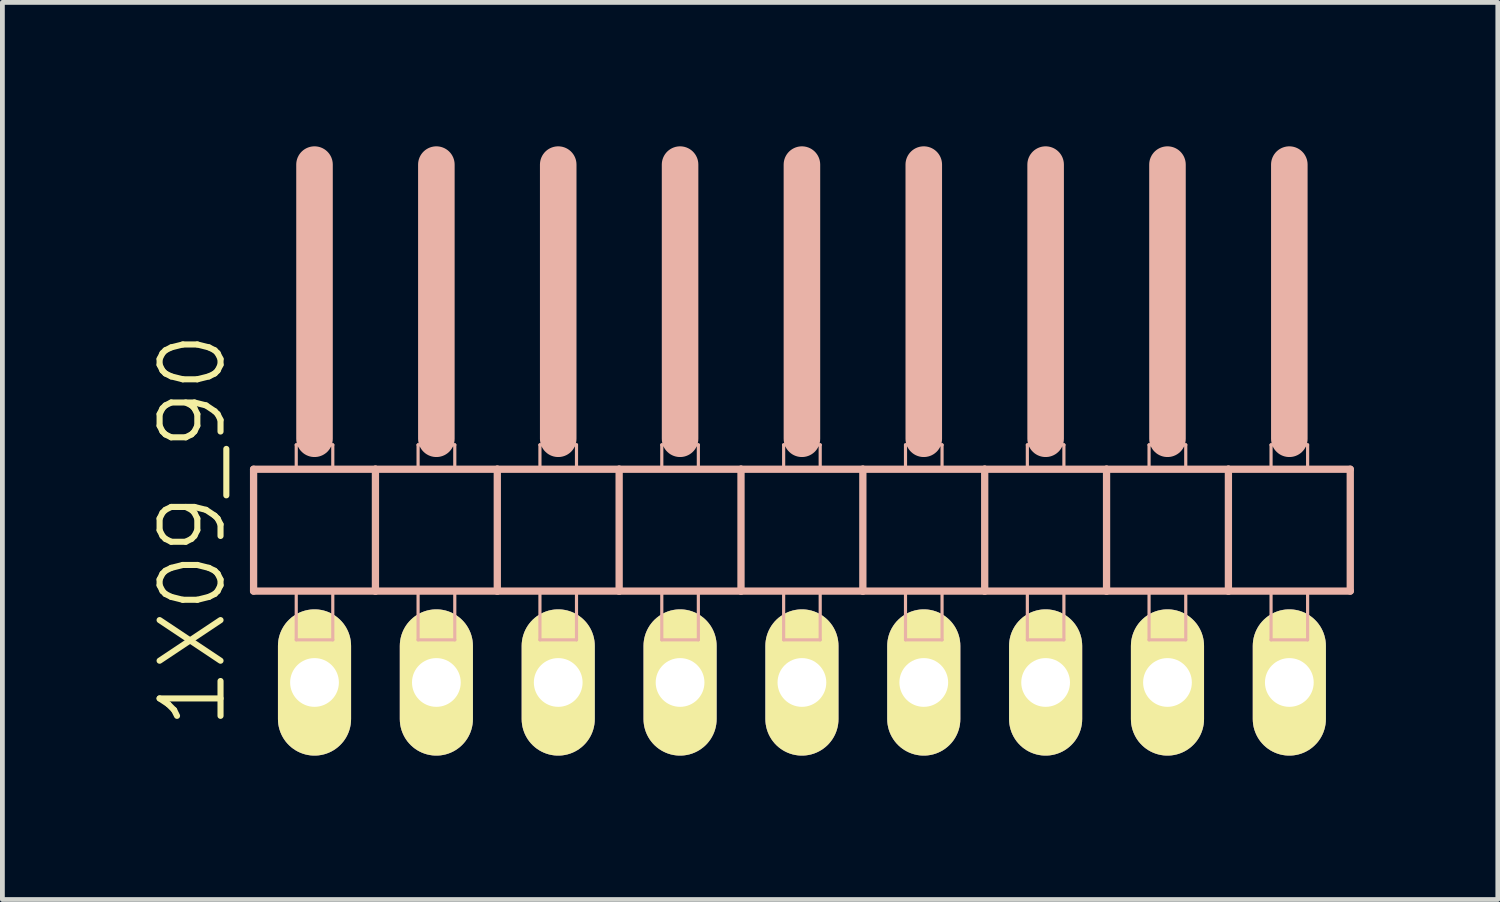
<source format=kicad_pcb>
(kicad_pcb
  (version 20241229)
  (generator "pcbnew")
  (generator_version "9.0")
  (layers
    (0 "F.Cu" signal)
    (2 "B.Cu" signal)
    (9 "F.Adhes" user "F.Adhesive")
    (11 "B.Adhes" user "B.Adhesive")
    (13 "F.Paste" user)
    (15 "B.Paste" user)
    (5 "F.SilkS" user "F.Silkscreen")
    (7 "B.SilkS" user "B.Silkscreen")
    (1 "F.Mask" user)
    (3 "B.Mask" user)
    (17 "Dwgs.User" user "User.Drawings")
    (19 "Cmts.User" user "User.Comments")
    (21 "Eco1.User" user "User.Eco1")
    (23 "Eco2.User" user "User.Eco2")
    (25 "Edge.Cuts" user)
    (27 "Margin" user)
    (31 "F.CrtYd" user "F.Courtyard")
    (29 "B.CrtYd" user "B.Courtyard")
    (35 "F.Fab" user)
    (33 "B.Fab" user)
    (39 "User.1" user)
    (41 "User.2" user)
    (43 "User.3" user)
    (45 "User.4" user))
  (footprint "1X09_90"
    (layer "F.Cu")
    (at 13.666 7.366)
    (property "Reference" "1X09_90" (at -12.7 0.635 90) (layer "F.SilkS") (effects (font (size 1.27 1.27) (thickness 0.127))))
    (attr exclude_from_pos_files exclude_from_bom)
    (fp_line (start -11.43 -0.635) (end -11.43 1.905) (stroke (width 0.152) (type solid)) (layer "B.SilkS"))
    (fp_line (start -11.43 1.905) (end -8.89 1.905) (stroke (width 0.152) (type solid)) (layer "B.SilkS"))
    (fp_line (start -10.541 -1.143) (end -9.779 -1.143) (stroke (width 0.066) (type solid)) (layer "B.SilkS"))
    (fp_line (start -10.541 -0.635) (end -10.541 -1.143) (stroke (width 0.066) (type solid)) (layer "B.SilkS"))
    (fp_line (start -10.541 -0.635) (end -9.779 -0.635) (stroke (width 0.066) (type solid)) (layer "B.SilkS"))
    (fp_line (start -10.541 1.905) (end -9.779 1.905) (stroke (width 0.066) (type solid)) (layer "B.SilkS"))
    (fp_line (start -10.541 2.921) (end -10.541 1.905) (stroke (width 0.066) (type solid)) (layer "B.SilkS"))
    (fp_line (start -10.541 2.921) (end -9.779 2.921) (stroke (width 0.066) (type solid)) (layer "B.SilkS"))
    (fp_line (start -10.16 -6.985) (end -10.16 -1.27) (stroke (width 0.762) (type solid)) (layer "B.SilkS"))
    (fp_line (start -9.779 -0.635) (end -9.779 -1.143) (stroke (width 0.066) (type solid)) (layer "B.SilkS"))
    (fp_line (start -9.779 2.921) (end -9.779 1.905) (stroke (width 0.066) (type solid)) (layer "B.SilkS"))
    (fp_line (start -8.89 -0.635) (end -11.43 -0.635) (stroke (width 0.152) (type solid)) (layer "B.SilkS"))
    (fp_line (start -8.89 1.905) (end -8.89 -0.635) (stroke (width 0.152) (type solid)) (layer "B.SilkS"))
    (fp_line (start -8.89 1.905) (end -6.35 1.905) (stroke (width 0.152) (type solid)) (layer "B.SilkS"))
    (fp_line (start -8.001 -1.143) (end -7.236 -1.143) (stroke (width 0.066) (type solid)) (layer "B.SilkS"))
    (fp_line (start -8.001 -0.635) (end -8.001 -1.143) (stroke (width 0.066) (type solid)) (layer "B.SilkS"))
    (fp_line (start -8.001 -0.635) (end -7.236 -0.635) (stroke (width 0.066) (type solid)) (layer "B.SilkS"))
    (fp_line (start -8.001 1.905) (end -7.236 1.905) (stroke (width 0.066) (type solid)) (layer "B.SilkS"))
    (fp_line (start -8.001 2.921) (end -8.001 1.905) (stroke (width 0.066) (type solid)) (layer "B.SilkS"))
    (fp_line (start -8.001 2.921) (end -7.236 2.921) (stroke (width 0.066) (type solid)) (layer "B.SilkS"))
    (fp_line (start -7.62 -6.985) (end -7.62 -1.27) (stroke (width 0.762) (type solid)) (layer "B.SilkS"))
    (fp_line (start -7.236 -0.635) (end -7.236 -1.143) (stroke (width 0.066) (type solid)) (layer "B.SilkS"))
    (fp_line (start -7.236 2.921) (end -7.236 1.905) (stroke (width 0.066) (type solid)) (layer "B.SilkS"))
    (fp_line (start -6.35 -0.635) (end -8.89 -0.635) (stroke (width 0.152) (type solid)) (layer "B.SilkS"))
    (fp_line (start -6.35 1.905) (end -6.35 -0.635) (stroke (width 0.152) (type solid)) (layer "B.SilkS"))
    (fp_line (start -6.35 1.905) (end -3.81 1.905) (stroke (width 0.152) (type solid)) (layer "B.SilkS"))
    (fp_line (start -5.461 -1.143) (end -4.699 -1.143) (stroke (width 0.066) (type solid)) (layer "B.SilkS"))
    (fp_line (start -5.461 -0.635) (end -5.461 -1.143) (stroke (width 0.066) (type solid)) (layer "B.SilkS"))
    (fp_line (start -5.461 -0.635) (end -4.699 -0.635) (stroke (width 0.066) (type solid)) (layer "B.SilkS"))
    (fp_line (start -5.461 1.905) (end -4.699 1.905) (stroke (width 0.066) (type solid)) (layer "B.SilkS"))
    (fp_line (start -5.461 2.921) (end -5.461 1.905) (stroke (width 0.066) (type solid)) (layer "B.SilkS"))
    (fp_line (start -5.461 2.921) (end -4.699 2.921) (stroke (width 0.066) (type solid)) (layer "B.SilkS"))
    (fp_line (start -5.08 -6.985) (end -5.08 -1.27) (stroke (width 0.762) (type solid)) (layer "B.SilkS"))
    (fp_line (start -4.699 -0.635) (end -4.699 -1.143) (stroke (width 0.066) (type solid)) (layer "B.SilkS"))
    (fp_line (start -4.699 2.921) (end -4.699 1.905) (stroke (width 0.066) (type solid)) (layer "B.SilkS"))
    (fp_line (start -3.81 -0.635) (end -6.35 -0.635) (stroke (width 0.152) (type solid)) (layer "B.SilkS"))
    (fp_line (start -3.81 1.905) (end -3.81 -0.635) (stroke (width 0.152) (type solid)) (layer "B.SilkS"))
    (fp_line (start -3.81 1.905) (end -1.27 1.905) (stroke (width 0.152) (type solid)) (layer "B.SilkS"))
    (fp_line (start -2.921 -1.143) (end -2.159 -1.143) (stroke (width 0.066) (type solid)) (layer "B.SilkS"))
    (fp_line (start -2.921 -0.635) (end -2.921 -1.143) (stroke (width 0.066) (type solid)) (layer "B.SilkS"))
    (fp_line (start -2.921 -0.635) (end -2.159 -0.635) (stroke (width 0.066) (type solid)) (layer "B.SilkS"))
    (fp_line (start -2.921 1.905) (end -2.159 1.905) (stroke (width 0.066) (type solid)) (layer "B.SilkS"))
    (fp_line (start -2.921 2.921) (end -2.921 1.905) (stroke (width 0.066) (type solid)) (layer "B.SilkS"))
    (fp_line (start -2.921 2.921) (end -2.159 2.921) (stroke (width 0.066) (type solid)) (layer "B.SilkS"))
    (fp_line (start -2.54 -6.985) (end -2.54 -1.27) (stroke (width 0.762) (type solid)) (layer "B.SilkS"))
    (fp_line (start -2.159 -0.635) (end -2.159 -1.143) (stroke (width 0.066) (type solid)) (layer "B.SilkS"))
    (fp_line (start -2.159 2.921) (end -2.159 1.905) (stroke (width 0.066) (type solid)) (layer "B.SilkS"))
    (fp_line (start -1.27 -0.635) (end -3.81 -0.635) (stroke (width 0.152) (type solid)) (layer "B.SilkS"))
    (fp_line (start -1.27 1.905) (end -1.27 -0.635) (stroke (width 0.152) (type solid)) (layer "B.SilkS"))
    (fp_line (start -1.27 1.905) (end 1.27 1.905) (stroke (width 0.152) (type solid)) (layer "B.SilkS"))
    (fp_line (start -0.381 -1.143) (end 0.381 -1.143) (stroke (width 0.066) (type solid)) (layer "B.SilkS"))
    (fp_line (start -0.381 -0.635) (end -0.381 -1.143) (stroke (width 0.066) (type solid)) (layer "B.SilkS"))
    (fp_line (start -0.381 -0.635) (end 0.381 -0.635) (stroke (width 0.066) (type solid)) (layer "B.SilkS"))
    (fp_line (start -0.381 1.905) (end 0.381 1.905) (stroke (width 0.066) (type solid)) (layer "B.SilkS"))
    (fp_line (start -0.381 2.921) (end -0.381 1.905) (stroke (width 0.066) (type solid)) (layer "B.SilkS"))
    (fp_line (start -0.381 2.921) (end 0.381 2.921) (stroke (width 0.066) (type solid)) (layer "B.SilkS"))
    (fp_line (start 0 -6.985) (end 0 -1.27) (stroke (width 0.762) (type solid)) (layer "B.SilkS"))
    (fp_line (start 0.381 -0.635) (end 0.381 -1.143) (stroke (width 0.066) (type solid)) (layer "B.SilkS"))
    (fp_line (start 0.381 2.921) (end 0.381 1.905) (stroke (width 0.066) (type solid)) (layer "B.SilkS"))
    (fp_line (start 1.27 -0.635) (end -1.27 -0.635) (stroke (width 0.152) (type solid)) (layer "B.SilkS"))
    (fp_line (start 1.27 1.905) (end 1.27 -0.635) (stroke (width 0.152) (type solid)) (layer "B.SilkS"))
    (fp_line (start 1.27 1.905) (end 3.81 1.905) (stroke (width 0.152) (type solid)) (layer "B.SilkS"))
    (fp_line (start 2.159 -1.143) (end 2.921 -1.143) (stroke (width 0.066) (type solid)) (layer "B.SilkS"))
    (fp_line (start 2.159 -0.635) (end 2.159 -1.143) (stroke (width 0.066) (type solid)) (layer "B.SilkS"))
    (fp_line (start 2.159 -0.635) (end 2.921 -0.635) (stroke (width 0.066) (type solid)) (layer "B.SilkS"))
    (fp_line (start 2.159 1.905) (end 2.921 1.905) (stroke (width 0.066) (type solid)) (layer "B.SilkS"))
    (fp_line (start 2.159 2.921) (end 2.159 1.905) (stroke (width 0.066) (type solid)) (layer "B.SilkS"))
    (fp_line (start 2.159 2.921) (end 2.921 2.921) (stroke (width 0.066) (type solid)) (layer "B.SilkS"))
    (fp_line (start 2.54 -6.985) (end 2.54 -1.27) (stroke (width 0.762) (type solid)) (layer "B.SilkS"))
    (fp_line (start 2.921 -0.635) (end 2.921 -1.143) (stroke (width 0.066) (type solid)) (layer "B.SilkS"))
    (fp_line (start 2.921 2.921) (end 2.921 1.905) (stroke (width 0.066) (type solid)) (layer "B.SilkS"))
    (fp_line (start 3.81 -0.635) (end 1.27 -0.635) (stroke (width 0.152) (type solid)) (layer "B.SilkS"))
    (fp_line (start 3.81 1.905) (end 3.81 -0.635) (stroke (width 0.152) (type solid)) (layer "B.SilkS"))
    (fp_line (start 3.81 1.905) (end 6.35 1.905) (stroke (width 0.152) (type solid)) (layer "B.SilkS"))
    (fp_line (start 4.699 -1.143) (end 5.461 -1.143) (stroke (width 0.066) (type solid)) (layer "B.SilkS"))
    (fp_line (start 4.699 -0.635) (end 4.699 -1.143) (stroke (width 0.066) (type solid)) (layer "B.SilkS"))
    (fp_line (start 4.699 -0.635) (end 5.461 -0.635) (stroke (width 0.066) (type solid)) (layer "B.SilkS"))
    (fp_line (start 4.699 1.905) (end 5.461 1.905) (stroke (width 0.066) (type solid)) (layer "B.SilkS"))
    (fp_line (start 4.699 2.921) (end 4.699 1.905) (stroke (width 0.066) (type solid)) (layer "B.SilkS"))
    (fp_line (start 4.699 2.921) (end 5.461 2.921) (stroke (width 0.066) (type solid)) (layer "B.SilkS"))
    (fp_line (start 5.08 -6.985) (end 5.08 -1.27) (stroke (width 0.762) (type solid)) (layer "B.SilkS"))
    (fp_line (start 5.461 -0.635) (end 5.461 -1.143) (stroke (width 0.066) (type solid)) (layer "B.SilkS"))
    (fp_line (start 5.461 2.921) (end 5.461 1.905) (stroke (width 0.066) (type solid)) (layer "B.SilkS"))
    (fp_line (start 6.35 -0.635) (end 3.81 -0.635) (stroke (width 0.152) (type solid)) (layer "B.SilkS"))
    (fp_line (start 6.35 1.905) (end 6.35 -0.635) (stroke (width 0.152) (type solid)) (layer "B.SilkS"))
    (fp_line (start 6.35 1.905) (end 8.89 1.905) (stroke (width 0.152) (type solid)) (layer "B.SilkS"))
    (fp_line (start 7.236 -1.143) (end 8.001 -1.143) (stroke (width 0.066) (type solid)) (layer "B.SilkS"))
    (fp_line (start 7.236 -0.635) (end 7.236 -1.143) (stroke (width 0.066) (type solid)) (layer "B.SilkS"))
    (fp_line (start 7.236 -0.635) (end 8.001 -0.635) (stroke (width 0.066) (type solid)) (layer "B.SilkS"))
    (fp_line (start 7.236 1.905) (end 8.001 1.905) (stroke (width 0.066) (type solid)) (layer "B.SilkS"))
    (fp_line (start 7.236 2.921) (end 7.236 1.905) (stroke (width 0.066) (type solid)) (layer "B.SilkS"))
    (fp_line (start 7.236 2.921) (end 8.001 2.921) (stroke (width 0.066) (type solid)) (layer "B.SilkS"))
    (fp_line (start 7.62 -6.985) (end 7.62 -1.27) (stroke (width 0.762) (type solid)) (layer "B.SilkS"))
    (fp_line (start 8.001 -0.635) (end 8.001 -1.143) (stroke (width 0.066) (type solid)) (layer "B.SilkS"))
    (fp_line (start 8.001 2.921) (end 8.001 1.905) (stroke (width 0.066) (type solid)) (layer "B.SilkS"))
    (fp_line (start 8.89 -0.635) (end 6.35 -0.635) (stroke (width 0.152) (type solid)) (layer "B.SilkS"))
    (fp_line (start 8.89 1.905) (end 8.89 -0.635) (stroke (width 0.152) (type solid)) (layer "B.SilkS"))
    (fp_line (start 8.89 1.905) (end 11.43 1.905) (stroke (width 0.152) (type solid)) (layer "B.SilkS"))
    (fp_line (start 9.779 -1.143) (end 10.541 -1.143) (stroke (width 0.066) (type solid)) (layer "B.SilkS"))
    (fp_line (start 9.779 -0.635) (end 9.779 -1.143) (stroke (width 0.066) (type solid)) (layer "B.SilkS"))
    (fp_line (start 9.779 -0.635) (end 10.541 -0.635) (stroke (width 0.066) (type solid)) (layer "B.SilkS"))
    (fp_line (start 9.779 1.905) (end 10.541 1.905) (stroke (width 0.066) (type solid)) (layer "B.SilkS"))
    (fp_line (start 9.779 2.921) (end 9.779 1.905) (stroke (width 0.066) (type solid)) (layer "B.SilkS"))
    (fp_line (start 9.779 2.921) (end 10.541 2.921) (stroke (width 0.066) (type solid)) (layer "B.SilkS"))
    (fp_line (start 10.16 -6.985) (end 10.16 -1.27) (stroke (width 0.762) (type solid)) (layer "B.SilkS"))
    (fp_line (start 10.541 -0.635) (end 10.541 -1.143) (stroke (width 0.066) (type solid)) (layer "B.SilkS"))
    (fp_line (start 10.541 2.921) (end 10.541 1.905) (stroke (width 0.066) (type solid)) (layer "B.SilkS"))
    (fp_line (start 11.43 -0.635) (end 8.89 -0.635) (stroke (width 0.152) (type solid)) (layer "B.SilkS"))
    (fp_line (start 11.43 1.905) (end 11.43 -0.635) (stroke (width 0.152) (type solid)) (layer "B.SilkS"))
    (pad "1" thru_hole oval (at -10.16 3.81 180) (size 1.524 3.048) (drill 1.016) (layers "*.Cu" "F.Mask" "F.SilkS" "F.Paste"))
    (pad "2" thru_hole oval (at -7.62 3.81 180) (size 1.524 3.048) (drill 1.016) (layers "*.Cu" "F.Mask" "F.SilkS" "F.Paste"))
    (pad "3" thru_hole oval (at -5.08 3.81 180) (size 1.524 3.048) (drill 1.016) (layers "*.Cu" "F.Mask" "F.SilkS" "F.Paste"))
    (pad "4" thru_hole oval (at -2.54 3.81 180) (size 1.524 3.048) (drill 1.016) (layers "*.Cu" "F.Mask" "F.SilkS" "F.Paste"))
    (pad "5" thru_hole oval (at 0 3.81 180) (size 1.524 3.048) (drill 1.016) (layers "*.Cu" "F.Mask" "F.SilkS" "F.Paste"))
    (pad "6" thru_hole oval (at 2.54 3.81 180) (size 1.524 3.048) (drill 1.016) (layers "*.Cu" "F.Mask" "F.SilkS" "F.Paste"))
    (pad "7" thru_hole oval (at 5.08 3.81 180) (size 1.524 3.048) (drill 1.016) (layers "*.Cu" "F.Mask" "F.SilkS" "F.Paste"))
    (pad "8" thru_hole oval (at 7.62 3.81 180) (size 1.524 3.048) (drill 1.016) (layers "*.Cu" "F.Mask" "F.SilkS" "F.Paste"))
    (pad "9" thru_hole oval (at 10.16 3.81 180) (size 1.524 3.048) (drill 1.016) (layers "*.Cu" "F.Mask" "F.SilkS" "F.Paste")))
  (gr_rect
    (start -3 -3)
    (end 28.172 15.7)
    (stroke (width 0.1) (type default))
    (fill no)
    (layer "Edge.Cuts")))
</source>
